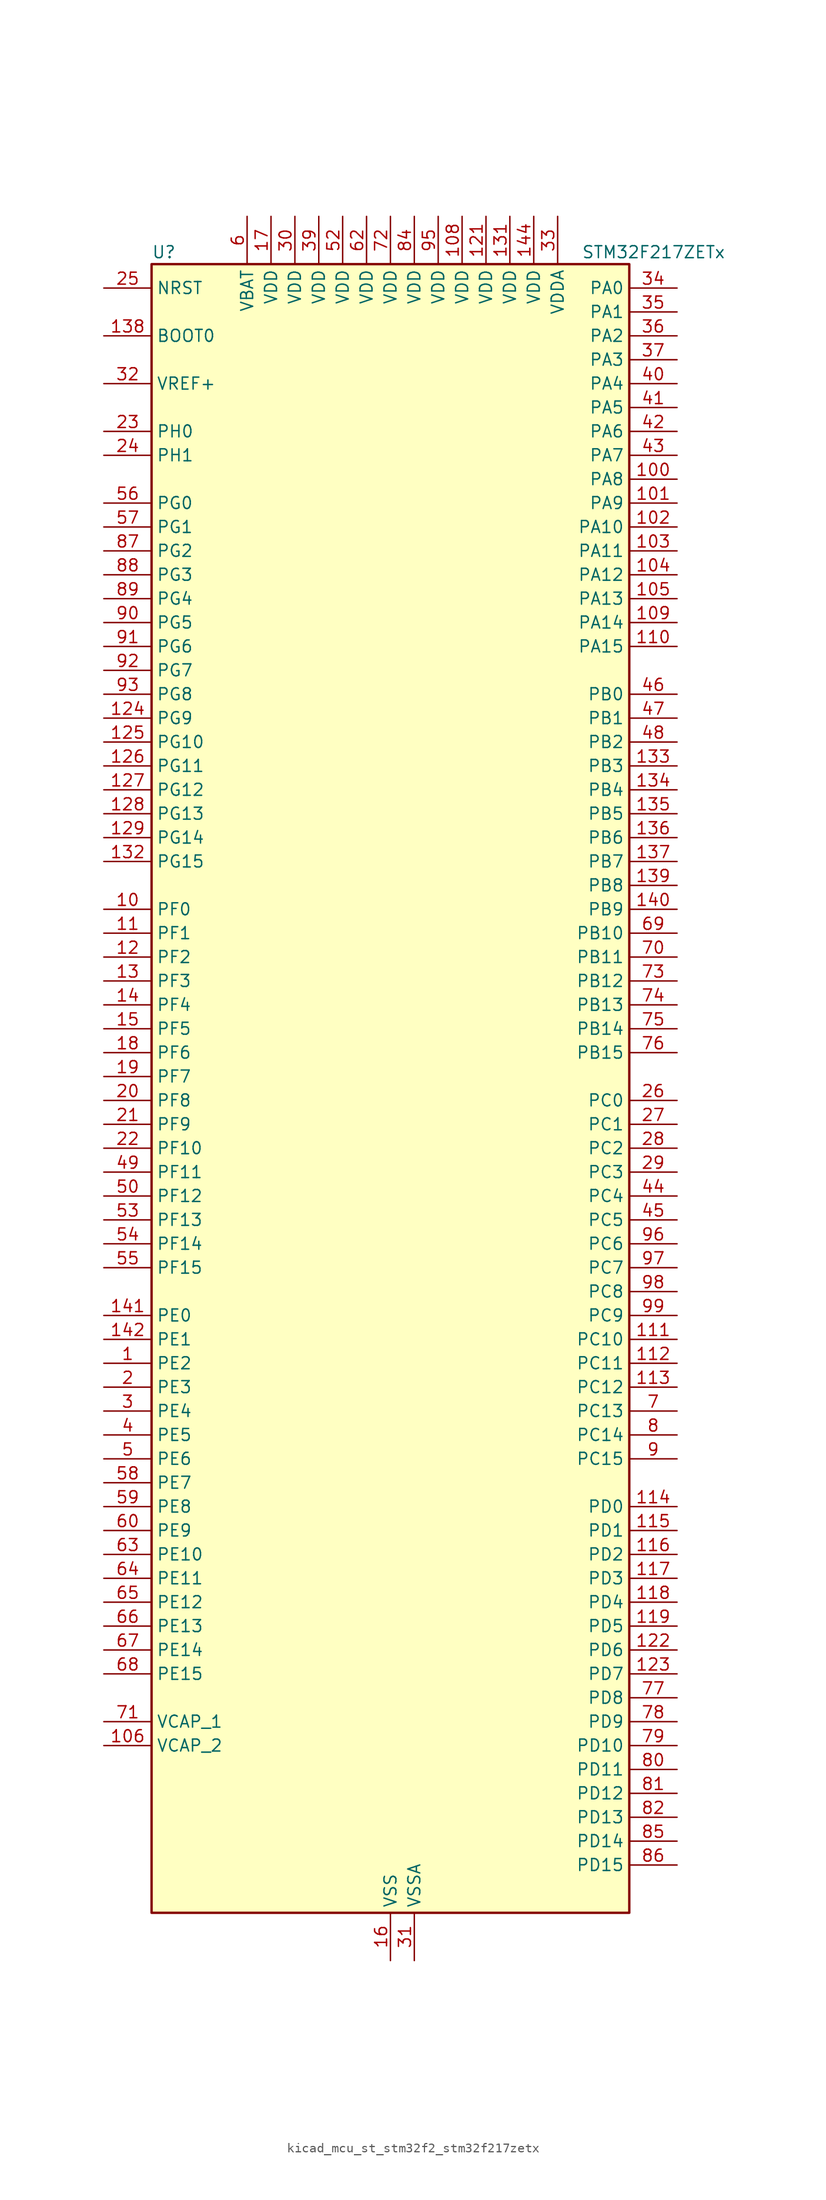
<source format=kicad_sym>
(kicad_symbol_lib
  (version 20220914)
  (generator kicad_symbol_editor)
  (symbol "kicad_mcu_st_stm32f2_stm32f217zetx"
    (property "Reference" "U"
      (at -25.4 90.17 0)
      (effects (font (size 1.27 1.27)) (justify left)))
    (property "Value" "STM32F217ZETx"
      (at 20.32 90.17 0)
      (effects (font (size 1.27 1.27)) (justify left)))
    (property "ki_locked" ""
      (at 0 0 0)
      (effects (font (size 1.27 1.27))))
    (symbol "kicad_mcu_st_stm32f2_stm32f217zetx_0_1"
      (rectangle (start -25.4 -86.36) (end 25.4 88.9) (stroke (width 0.254) (type default)) (fill (type background))))
    (symbol "kicad_mcu_st_stm32f2_stm32f217zetx_1_1"
      (pin bidirectional line (at -30.48 -27.94 0) (length 5.08) (name "PE2" (effects (font (size 1.27 1.27)))) (number "1" (effects (font (size 1.27 1.27)))) (alternate "ETH_TXD3" bidirectional line) (alternate "FSMC_A23" bidirectional line) (alternate "SYS_TRACECLK" bidirectional line))
      (pin bidirectional line (at -30.48 20.32 0) (length 5.08) (name "PF0" (effects (font (size 1.27 1.27)))) (number "10" (effects (font (size 1.27 1.27)))) (alternate "FSMC_A0" bidirectional line) (alternate "I2C2_SDA" bidirectional line))
      (pin bidirectional line (at 30.48 66.04 180) (length 5.08) (name "PA8" (effects (font (size 1.27 1.27)))) (number "100" (effects (font (size 1.27 1.27)))) (alternate "I2C3_SCL" bidirectional line) (alternate "RCC_MCO_1" bidirectional line) (alternate "TIM1_CH1" bidirectional line) (alternate "USART1_CK" bidirectional line) (alternate "USB_OTG_FS_SOF" bidirectional line))
      (pin bidirectional line (at 30.48 63.5 180) (length 5.08) (name "PA9" (effects (font (size 1.27 1.27)))) (number "101" (effects (font (size 1.27 1.27)))) (alternate "DAC_EXTI9" bidirectional line) (alternate "DCMI_D0" bidirectional line) (alternate "I2C3_SMBA" bidirectional line) (alternate "TIM1_CH2" bidirectional line) (alternate "USART1_TX" bidirectional line) (alternate "USB_OTG_FS_VBUS" bidirectional line))
      (pin bidirectional line (at 30.48 60.96 180) (length 5.08) (name "PA10" (effects (font (size 1.27 1.27)))) (number "102" (effects (font (size 1.27 1.27)))) (alternate "DCMI_D1" bidirectional line) (alternate "TIM1_CH3" bidirectional line) (alternate "USART1_RX" bidirectional line) (alternate "USB_OTG_FS_ID" bidirectional line))
      (pin bidirectional line (at 30.48 58.42 180) (length 5.08) (name "PA11" (effects (font (size 1.27 1.27)))) (number "103" (effects (font (size 1.27 1.27)))) (alternate "ADC1_EXTI11" bidirectional line) (alternate "ADC2_EXTI11" bidirectional line) (alternate "ADC3_EXTI11" bidirectional line) (alternate "CAN1_RX" bidirectional line) (alternate "TIM1_CH4" bidirectional line) (alternate "USART1_CTS" bidirectional line) (alternate "USB_OTG_FS_DM" bidirectional line))
      (pin bidirectional line (at 30.48 55.88 180) (length 5.08) (name "PA12" (effects (font (size 1.27 1.27)))) (number "104" (effects (font (size 1.27 1.27)))) (alternate "CAN1_TX" bidirectional line) (alternate "TIM1_ETR" bidirectional line) (alternate "USART1_RTS" bidirectional line) (alternate "USB_OTG_FS_DP" bidirectional line))
      (pin bidirectional line (at 30.48 53.34 180) (length 5.08) (name "PA13" (effects (font (size 1.27 1.27)))) (number "105" (effects (font (size 1.27 1.27)))) (alternate "SYS_JTMS-SWDIO" bidirectional line))
      (pin power_out line (at -30.48 -68.58 0) (length 5.08) (name "VCAP_2" (effects (font (size 1.27 1.27)))) (number "106" (effects (font (size 1.27 1.27)))))
      (pin passive line (at 0 -91.44 90) (length 5.08) hide (name "VSS" (effects (font (size 1.27 1.27)))) (number "107" (effects (font (size 1.27 1.27)))))
      (pin power_in line (at 7.62 93.98 270) (length 5.08) (name "VDD" (effects (font (size 1.27 1.27)))) (number "108" (effects (font (size 1.27 1.27)))))
      (pin bidirectional line (at 30.48 50.8 180) (length 5.08) (name "PA14" (effects (font (size 1.27 1.27)))) (number "109" (effects (font (size 1.27 1.27)))) (alternate "SYS_JTCK-SWCLK" bidirectional line))
      (pin bidirectional line (at -30.48 17.78 0) (length 5.08) (name "PF1" (effects (font (size 1.27 1.27)))) (number "11" (effects (font (size 1.27 1.27)))) (alternate "FSMC_A1" bidirectional line) (alternate "I2C2_SCL" bidirectional line))
      (pin bidirectional line (at 30.48 48.26 180) (length 5.08) (name "PA15" (effects (font (size 1.27 1.27)))) (number "110" (effects (font (size 1.27 1.27)))) (alternate "ADC1_EXTI15" bidirectional line) (alternate "ADC2_EXTI15" bidirectional line) (alternate "ADC3_EXTI15" bidirectional line) (alternate "I2S3_WS" bidirectional line) (alternate "SPI1_NSS" bidirectional line) (alternate "SPI3_NSS" bidirectional line) (alternate "SYS_JTDI" bidirectional line) (alternate "TIM2_CH1" bidirectional line) (alternate "TIM2_ETR" bidirectional line))
      (pin bidirectional line (at 30.48 -25.4 180) (length 5.08) (name "PC10" (effects (font (size 1.27 1.27)))) (number "111" (effects (font (size 1.27 1.27)))) (alternate "DCMI_D8" bidirectional line) (alternate "I2S3_SCK" bidirectional line) (alternate "SDIO_D2" bidirectional line) (alternate "SPI3_SCK" bidirectional line) (alternate "UART4_TX" bidirectional line) (alternate "USART3_TX" bidirectional line))
      (pin bidirectional line (at 30.48 -27.94 180) (length 5.08) (name "PC11" (effects (font (size 1.27 1.27)))) (number "112" (effects (font (size 1.27 1.27)))) (alternate "ADC1_EXTI11" bidirectional line) (alternate "ADC2_EXTI11" bidirectional line) (alternate "ADC3_EXTI11" bidirectional line) (alternate "DCMI_D4" bidirectional line) (alternate "SDIO_D3" bidirectional line) (alternate "SPI3_MISO" bidirectional line) (alternate "UART4_RX" bidirectional line) (alternate "USART3_RX" bidirectional line))
      (pin bidirectional line (at 30.48 -30.48 180) (length 5.08) (name "PC12" (effects (font (size 1.27 1.27)))) (number "113" (effects (font (size 1.27 1.27)))) (alternate "DCMI_D9" bidirectional line) (alternate "I2S3_SD" bidirectional line) (alternate "SDIO_CK" bidirectional line) (alternate "SPI3_MOSI" bidirectional line) (alternate "UART5_TX" bidirectional line) (alternate "USART3_CK" bidirectional line))
      (pin bidirectional line (at 30.48 -43.18 180) (length 5.08) (name "PD0" (effects (font (size 1.27 1.27)))) (number "114" (effects (font (size 1.27 1.27)))) (alternate "CAN1_RX" bidirectional line) (alternate "FSMC_D2" bidirectional line) (alternate "FSMC_DA2" bidirectional line))
      (pin bidirectional line (at 30.48 -45.72 180) (length 5.08) (name "PD1" (effects (font (size 1.27 1.27)))) (number "115" (effects (font (size 1.27 1.27)))) (alternate "CAN1_TX" bidirectional line) (alternate "FSMC_D3" bidirectional line) (alternate "FSMC_DA3" bidirectional line))
      (pin bidirectional line (at 30.48 -48.26 180) (length 5.08) (name "PD2" (effects (font (size 1.27 1.27)))) (number "116" (effects (font (size 1.27 1.27)))) (alternate "DCMI_D11" bidirectional line) (alternate "SDIO_CMD" bidirectional line) (alternate "TIM3_ETR" bidirectional line) (alternate "UART5_RX" bidirectional line))
      (pin bidirectional line (at 30.48 -50.8 180) (length 5.08) (name "PD3" (effects (font (size 1.27 1.27)))) (number "117" (effects (font (size 1.27 1.27)))) (alternate "FSMC_CLK" bidirectional line) (alternate "USART2_CTS" bidirectional line))
      (pin bidirectional line (at 30.48 -53.34 180) (length 5.08) (name "PD4" (effects (font (size 1.27 1.27)))) (number "118" (effects (font (size 1.27 1.27)))) (alternate "FSMC_NOE" bidirectional line) (alternate "USART2_RTS" bidirectional line))
      (pin bidirectional line (at 30.48 -55.88 180) (length 5.08) (name "PD5" (effects (font (size 1.27 1.27)))) (number "119" (effects (font (size 1.27 1.27)))) (alternate "FSMC_NWE" bidirectional line) (alternate "USART2_TX" bidirectional line))
      (pin bidirectional line (at -30.48 15.24 0) (length 5.08) (name "PF2" (effects (font (size 1.27 1.27)))) (number "12" (effects (font (size 1.27 1.27)))) (alternate "FSMC_A2" bidirectional line) (alternate "I2C2_SMBA" bidirectional line))
      (pin passive line (at 0 -91.44 90) (length 5.08) hide (name "VSS" (effects (font (size 1.27 1.27)))) (number "120" (effects (font (size 1.27 1.27)))))
      (pin power_in line (at 10.16 93.98 270) (length 5.08) (name "VDD" (effects (font (size 1.27 1.27)))) (number "121" (effects (font (size 1.27 1.27)))))
      (pin bidirectional line (at 30.48 -58.42 180) (length 5.08) (name "PD6" (effects (font (size 1.27 1.27)))) (number "122" (effects (font (size 1.27 1.27)))) (alternate "FSMC_NWAIT" bidirectional line) (alternate "USART2_RX" bidirectional line))
      (pin bidirectional line (at 30.48 -60.96 180) (length 5.08) (name "PD7" (effects (font (size 1.27 1.27)))) (number "123" (effects (font (size 1.27 1.27)))) (alternate "FSMC_NCE2" bidirectional line) (alternate "FSMC_NE1" bidirectional line) (alternate "USART2_CK" bidirectional line))
      (pin bidirectional line (at -30.48 40.64 0) (length 5.08) (name "PG9" (effects (font (size 1.27 1.27)))) (number "124" (effects (font (size 1.27 1.27)))) (alternate "DAC_EXTI9" bidirectional line) (alternate "FSMC_NCE3" bidirectional line) (alternate "FSMC_NE2" bidirectional line) (alternate "USART6_RX" bidirectional line))
      (pin bidirectional line (at -30.48 38.1 0) (length 5.08) (name "PG10" (effects (font (size 1.27 1.27)))) (number "125" (effects (font (size 1.27 1.27)))) (alternate "FSMC_NCE4_1" bidirectional line) (alternate "FSMC_NE3" bidirectional line))
      (pin bidirectional line (at -30.48 35.56 0) (length 5.08) (name "PG11" (effects (font (size 1.27 1.27)))) (number "126" (effects (font (size 1.27 1.27)))) (alternate "ADC1_EXTI11" bidirectional line) (alternate "ADC2_EXTI11" bidirectional line) (alternate "ADC3_EXTI11" bidirectional line) (alternate "ETH_TX_EN" bidirectional line) (alternate "FSMC_NCE4_2" bidirectional line))
      (pin bidirectional line (at -30.48 33.02 0) (length 5.08) (name "PG12" (effects (font (size 1.27 1.27)))) (number "127" (effects (font (size 1.27 1.27)))) (alternate "FSMC_NE4" bidirectional line) (alternate "USART6_RTS" bidirectional line))
      (pin bidirectional line (at -30.48 30.48 0) (length 5.08) (name "PG13" (effects (font (size 1.27 1.27)))) (number "128" (effects (font (size 1.27 1.27)))) (alternate "ETH_TXD0" bidirectional line) (alternate "FSMC_A24" bidirectional line) (alternate "USART6_CTS" bidirectional line))
      (pin bidirectional line (at -30.48 27.94 0) (length 5.08) (name "PG14" (effects (font (size 1.27 1.27)))) (number "129" (effects (font (size 1.27 1.27)))) (alternate "ETH_TXD1" bidirectional line) (alternate "FSMC_A25" bidirectional line) (alternate "USART6_TX" bidirectional line))
      (pin bidirectional line (at -30.48 12.7 0) (length 5.08) (name "PF3" (effects (font (size 1.27 1.27)))) (number "13" (effects (font (size 1.27 1.27)))) (alternate "ADC3_IN9" bidirectional line) (alternate "FSMC_A3" bidirectional line))
      (pin passive line (at 0 -91.44 90) (length 5.08) hide (name "VSS" (effects (font (size 1.27 1.27)))) (number "130" (effects (font (size 1.27 1.27)))))
      (pin power_in line (at 12.7 93.98 270) (length 5.08) (name "VDD" (effects (font (size 1.27 1.27)))) (number "131" (effects (font (size 1.27 1.27)))))
      (pin bidirectional line (at -30.48 25.4 0) (length 5.08) (name "PG15" (effects (font (size 1.27 1.27)))) (number "132" (effects (font (size 1.27 1.27)))) (alternate "ADC1_EXTI15" bidirectional line) (alternate "ADC2_EXTI15" bidirectional line) (alternate "ADC3_EXTI15" bidirectional line) (alternate "DCMI_D13" bidirectional line) (alternate "USART6_CTS" bidirectional line))
      (pin bidirectional line (at 30.48 35.56 180) (length 5.08) (name "PB3" (effects (font (size 1.27 1.27)))) (number "133" (effects (font (size 1.27 1.27)))) (alternate "I2S3_SCK" bidirectional line) (alternate "SPI1_SCK" bidirectional line) (alternate "SPI3_SCK" bidirectional line) (alternate "SYS_JTDO-SWO" bidirectional line) (alternate "TIM2_CH2" bidirectional line))
      (pin bidirectional line (at 30.48 33.02 180) (length 5.08) (name "PB4" (effects (font (size 1.27 1.27)))) (number "134" (effects (font (size 1.27 1.27)))) (alternate "SPI1_MISO" bidirectional line) (alternate "SPI3_MISO" bidirectional line) (alternate "SYS_JTRST" bidirectional line) (alternate "TIM3_CH1" bidirectional line))
      (pin bidirectional line (at 30.48 30.48 180) (length 5.08) (name "PB5" (effects (font (size 1.27 1.27)))) (number "135" (effects (font (size 1.27 1.27)))) (alternate "CAN2_RX" bidirectional line) (alternate "DCMI_D10" bidirectional line) (alternate "ETH_PPS_OUT" bidirectional line) (alternate "I2C1_SMBA" bidirectional line) (alternate "I2S3_SD" bidirectional line) (alternate "SPI1_MOSI" bidirectional line) (alternate "SPI3_MOSI" bidirectional line) (alternate "TIM3_CH2" bidirectional line) (alternate "USB_OTG_HS_ULPI_D7" bidirectional line))
      (pin bidirectional line (at 30.48 27.94 180) (length 5.08) (name "PB6" (effects (font (size 1.27 1.27)))) (number "136" (effects (font (size 1.27 1.27)))) (alternate "CAN2_TX" bidirectional line) (alternate "DCMI_D5" bidirectional line) (alternate "I2C1_SCL" bidirectional line) (alternate "TIM4_CH1" bidirectional line) (alternate "USART1_TX" bidirectional line))
      (pin bidirectional line (at 30.48 25.4 180) (length 5.08) (name "PB7" (effects (font (size 1.27 1.27)))) (number "137" (effects (font (size 1.27 1.27)))) (alternate "DCMI_VSYNC" bidirectional line) (alternate "FSMC_NL" bidirectional line) (alternate "I2C1_SDA" bidirectional line) (alternate "TIM4_CH2" bidirectional line) (alternate "USART1_RX" bidirectional line))
      (pin input line (at -30.48 81.28 0) (length 5.08) (name "BOOT0" (effects (font (size 1.27 1.27)))) (number "138" (effects (font (size 1.27 1.27)))))
      (pin bidirectional line (at 30.48 22.86 180) (length 5.08) (name "PB8" (effects (font (size 1.27 1.27)))) (number "139" (effects (font (size 1.27 1.27)))) (alternate "CAN1_RX" bidirectional line) (alternate "DCMI_D6" bidirectional line) (alternate "ETH_TXD3" bidirectional line) (alternate "I2C1_SCL" bidirectional line) (alternate "SDIO_D4" bidirectional line) (alternate "TIM10_CH1" bidirectional line) (alternate "TIM4_CH3" bidirectional line))
      (pin bidirectional line (at -30.48 10.16 0) (length 5.08) (name "PF4" (effects (font (size 1.27 1.27)))) (number "14" (effects (font (size 1.27 1.27)))) (alternate "ADC3_IN14" bidirectional line) (alternate "FSMC_A4" bidirectional line))
      (pin bidirectional line (at 30.48 20.32 180) (length 5.08) (name "PB9" (effects (font (size 1.27 1.27)))) (number "140" (effects (font (size 1.27 1.27)))) (alternate "CAN1_TX" bidirectional line) (alternate "DAC_EXTI9" bidirectional line) (alternate "DCMI_D7" bidirectional line) (alternate "I2C1_SDA" bidirectional line) (alternate "I2S2_WS" bidirectional line) (alternate "SDIO_D5" bidirectional line) (alternate "SPI2_NSS" bidirectional line) (alternate "TIM11_CH1" bidirectional line) (alternate "TIM4_CH4" bidirectional line))
      (pin bidirectional line (at -30.48 -22.86 0) (length 5.08) (name "PE0" (effects (font (size 1.27 1.27)))) (number "141" (effects (font (size 1.27 1.27)))) (alternate "DCMI_D2" bidirectional line) (alternate "FSMC_NBL0" bidirectional line) (alternate "TIM4_ETR" bidirectional line))
      (pin bidirectional line (at -30.48 -25.4 0) (length 5.08) (name "PE1" (effects (font (size 1.27 1.27)))) (number "142" (effects (font (size 1.27 1.27)))) (alternate "DCMI_D3" bidirectional line) (alternate "FSMC_NBL1" bidirectional line))
      (pin no_connect line (at -25.4 -86.36 0) (length 5.08) hide (name "RFU" (effects (font (size 1.27 1.27)))) (number "143" (effects (font (size 1.27 1.27)))))
      (pin power_in line (at 15.24 93.98 270) (length 5.08) (name "VDD" (effects (font (size 1.27 1.27)))) (number "144" (effects (font (size 1.27 1.27)))))
      (pin bidirectional line (at -30.48 7.62 0) (length 5.08) (name "PF5" (effects (font (size 1.27 1.27)))) (number "15" (effects (font (size 1.27 1.27)))) (alternate "ADC3_IN15" bidirectional line) (alternate "FSMC_A5" bidirectional line))
      (pin power_in line (at 0 -91.44 90) (length 5.08) (name "VSS" (effects (font (size 1.27 1.27)))) (number "16" (effects (font (size 1.27 1.27)))))
      (pin power_in line (at -12.7 93.98 270) (length 5.08) (name "VDD" (effects (font (size 1.27 1.27)))) (number "17" (effects (font (size 1.27 1.27)))))
      (pin bidirectional line (at -30.48 5.08 0) (length 5.08) (name "PF6" (effects (font (size 1.27 1.27)))) (number "18" (effects (font (size 1.27 1.27)))) (alternate "ADC3_IN4" bidirectional line) (alternate "FSMC_NIORD" bidirectional line) (alternate "TIM10_CH1" bidirectional line))
      (pin bidirectional line (at -30.48 2.54 0) (length 5.08) (name "PF7" (effects (font (size 1.27 1.27)))) (number "19" (effects (font (size 1.27 1.27)))) (alternate "ADC3_IN5" bidirectional line) (alternate "FSMC_NREG" bidirectional line) (alternate "TIM11_CH1" bidirectional line))
      (pin bidirectional line (at -30.48 -30.48 0) (length 5.08) (name "PE3" (effects (font (size 1.27 1.27)))) (number "2" (effects (font (size 1.27 1.27)))) (alternate "FSMC_A19" bidirectional line) (alternate "SYS_TRACED0" bidirectional line))
      (pin bidirectional line (at -30.48 0 0) (length 5.08) (name "PF8" (effects (font (size 1.27 1.27)))) (number "20" (effects (font (size 1.27 1.27)))) (alternate "ADC3_IN6" bidirectional line) (alternate "FSMC_NIOWR" bidirectional line) (alternate "TIM13_CH1" bidirectional line))
      (pin bidirectional line (at -30.48 -2.54 0) (length 5.08) (name "PF9" (effects (font (size 1.27 1.27)))) (number "21" (effects (font (size 1.27 1.27)))) (alternate "ADC3_IN7" bidirectional line) (alternate "DAC_EXTI9" bidirectional line) (alternate "FSMC_CD" bidirectional line) (alternate "TIM14_CH1" bidirectional line))
      (pin bidirectional line (at -30.48 -5.08 0) (length 5.08) (name "PF10" (effects (font (size 1.27 1.27)))) (number "22" (effects (font (size 1.27 1.27)))) (alternate "ADC3_IN8" bidirectional line) (alternate "FSMC_INTR" bidirectional line))
      (pin bidirectional line (at -30.48 71.12 0) (length 5.08) (name "PH0" (effects (font (size 1.27 1.27)))) (number "23" (effects (font (size 1.27 1.27)))) (alternate "RCC_OSC_IN" bidirectional line))
      (pin bidirectional line (at -30.48 68.58 0) (length 5.08) (name "PH1" (effects (font (size 1.27 1.27)))) (number "24" (effects (font (size 1.27 1.27)))) (alternate "RCC_OSC_OUT" bidirectional line))
      (pin input line (at -30.48 86.36 0) (length 5.08) (name "NRST" (effects (font (size 1.27 1.27)))) (number "25" (effects (font (size 1.27 1.27)))))
      (pin bidirectional line (at 30.48 0 180) (length 5.08) (name "PC0" (effects (font (size 1.27 1.27)))) (number "26" (effects (font (size 1.27 1.27)))) (alternate "ADC1_IN10" bidirectional line) (alternate "ADC2_IN10" bidirectional line) (alternate "ADC3_IN10" bidirectional line) (alternate "USB_OTG_HS_ULPI_STP" bidirectional line))
      (pin bidirectional line (at 30.48 -2.54 180) (length 5.08) (name "PC1" (effects (font (size 1.27 1.27)))) (number "27" (effects (font (size 1.27 1.27)))) (alternate "ADC1_IN11" bidirectional line) (alternate "ADC2_IN11" bidirectional line) (alternate "ADC3_IN11" bidirectional line) (alternate "ETH_MDC" bidirectional line))
      (pin bidirectional line (at 30.48 -5.08 180) (length 5.08) (name "PC2" (effects (font (size 1.27 1.27)))) (number "28" (effects (font (size 1.27 1.27)))) (alternate "ADC1_IN12" bidirectional line) (alternate "ADC2_IN12" bidirectional line) (alternate "ADC3_IN12" bidirectional line) (alternate "ETH_TXD2" bidirectional line) (alternate "SPI2_MISO" bidirectional line) (alternate "USB_OTG_HS_ULPI_DIR" bidirectional line))
      (pin bidirectional line (at 30.48 -7.62 180) (length 5.08) (name "PC3" (effects (font (size 1.27 1.27)))) (number "29" (effects (font (size 1.27 1.27)))) (alternate "ADC1_IN13" bidirectional line) (alternate "ADC2_IN13" bidirectional line) (alternate "ADC3_IN13" bidirectional line) (alternate "ETH_TX_CLK" bidirectional line) (alternate "I2S2_SD" bidirectional line) (alternate "SPI2_MOSI" bidirectional line) (alternate "USB_OTG_HS_ULPI_NXT" bidirectional line))
      (pin bidirectional line (at -30.48 -33.02 0) (length 5.08) (name "PE4" (effects (font (size 1.27 1.27)))) (number "3" (effects (font (size 1.27 1.27)))) (alternate "DCMI_D4" bidirectional line) (alternate "FSMC_A20" bidirectional line) (alternate "SYS_TRACED1" bidirectional line))
      (pin power_in line (at -10.16 93.98 270) (length 5.08) (name "VDD" (effects (font (size 1.27 1.27)))) (number "30" (effects (font (size 1.27 1.27)))))
      (pin power_in line (at 2.54 -91.44 90) (length 5.08) (name "VSSA" (effects (font (size 1.27 1.27)))) (number "31" (effects (font (size 1.27 1.27)))))
      (pin input line (at -30.48 76.2 0) (length 5.08) (name "VREF+" (effects (font (size 1.27 1.27)))) (number "32" (effects (font (size 1.27 1.27)))))
      (pin power_in line (at 17.78 93.98 270) (length 5.08) (name "VDDA" (effects (font (size 1.27 1.27)))) (number "33" (effects (font (size 1.27 1.27)))))
      (pin bidirectional line (at 30.48 86.36 180) (length 5.08) (name "PA0" (effects (font (size 1.27 1.27)))) (number "34" (effects (font (size 1.27 1.27)))) (alternate "ADC1_IN0" bidirectional line) (alternate "ADC2_IN0" bidirectional line) (alternate "ADC3_IN0" bidirectional line) (alternate "ETH_CRS" bidirectional line) (alternate "SYS_WKUP" bidirectional line) (alternate "TIM2_CH1" bidirectional line) (alternate "TIM2_ETR" bidirectional line) (alternate "TIM5_CH1" bidirectional line) (alternate "TIM8_ETR" bidirectional line) (alternate "UART4_TX" bidirectional line) (alternate "USART2_CTS" bidirectional line))
      (pin bidirectional line (at 30.48 83.82 180) (length 5.08) (name "PA1" (effects (font (size 1.27 1.27)))) (number "35" (effects (font (size 1.27 1.27)))) (alternate "ADC1_IN1" bidirectional line) (alternate "ADC2_IN1" bidirectional line) (alternate "ADC3_IN1" bidirectional line) (alternate "ETH_REF_CLK" bidirectional line) (alternate "ETH_RX_CLK" bidirectional line) (alternate "TIM2_CH2" bidirectional line) (alternate "TIM5_CH2" bidirectional line) (alternate "UART4_RX" bidirectional line) (alternate "USART2_RTS" bidirectional line))
      (pin bidirectional line (at 30.48 81.28 180) (length 5.08) (name "PA2" (effects (font (size 1.27 1.27)))) (number "36" (effects (font (size 1.27 1.27)))) (alternate "ADC1_IN2" bidirectional line) (alternate "ADC2_IN2" bidirectional line) (alternate "ADC3_IN2" bidirectional line) (alternate "ETH_MDIO" bidirectional line) (alternate "TIM2_CH3" bidirectional line) (alternate "TIM5_CH3" bidirectional line) (alternate "TIM9_CH1" bidirectional line) (alternate "USART2_TX" bidirectional line))
      (pin bidirectional line (at 30.48 78.74 180) (length 5.08) (name "PA3" (effects (font (size 1.27 1.27)))) (number "37" (effects (font (size 1.27 1.27)))) (alternate "ADC1_IN3" bidirectional line) (alternate "ADC2_IN3" bidirectional line) (alternate "ADC3_IN3" bidirectional line) (alternate "ETH_COL" bidirectional line) (alternate "TIM2_CH4" bidirectional line) (alternate "TIM5_CH4" bidirectional line) (alternate "TIM9_CH2" bidirectional line) (alternate "USART2_RX" bidirectional line) (alternate "USB_OTG_HS_ULPI_D0" bidirectional line))
      (pin passive line (at 0 -91.44 90) (length 5.08) hide (name "VSS" (effects (font (size 1.27 1.27)))) (number "38" (effects (font (size 1.27 1.27)))))
      (pin power_in line (at -7.62 93.98 270) (length 5.08) (name "VDD" (effects (font (size 1.27 1.27)))) (number "39" (effects (font (size 1.27 1.27)))))
      (pin bidirectional line (at -30.48 -35.56 0) (length 5.08) (name "PE5" (effects (font (size 1.27 1.27)))) (number "4" (effects (font (size 1.27 1.27)))) (alternate "DCMI_D6" bidirectional line) (alternate "FSMC_A21" bidirectional line) (alternate "SYS_TRACED2" bidirectional line) (alternate "TIM9_CH1" bidirectional line))
      (pin bidirectional line (at 30.48 76.2 180) (length 5.08) (name "PA4" (effects (font (size 1.27 1.27)))) (number "40" (effects (font (size 1.27 1.27)))) (alternate "ADC1_IN4" bidirectional line) (alternate "ADC2_IN4" bidirectional line) (alternate "DAC_OUT1" bidirectional line) (alternate "DCMI_HSYNC" bidirectional line) (alternate "I2S3_WS" bidirectional line) (alternate "SPI1_NSS" bidirectional line) (alternate "SPI3_NSS" bidirectional line) (alternate "USART2_CK" bidirectional line) (alternate "USB_OTG_HS_SOF" bidirectional line))
      (pin bidirectional line (at 30.48 73.66 180) (length 5.08) (name "PA5" (effects (font (size 1.27 1.27)))) (number "41" (effects (font (size 1.27 1.27)))) (alternate "ADC1_IN5" bidirectional line) (alternate "ADC2_IN5" bidirectional line) (alternate "DAC_OUT2" bidirectional line) (alternate "SPI1_SCK" bidirectional line) (alternate "TIM2_CH1" bidirectional line) (alternate "TIM2_ETR" bidirectional line) (alternate "TIM8_CH1N" bidirectional line) (alternate "USB_OTG_HS_ULPI_CK" bidirectional line))
      (pin bidirectional line (at 30.48 71.12 180) (length 5.08) (name "PA6" (effects (font (size 1.27 1.27)))) (number "42" (effects (font (size 1.27 1.27)))) (alternate "ADC1_IN6" bidirectional line) (alternate "ADC2_IN6" bidirectional line) (alternate "DCMI_PIXCLK" bidirectional line) (alternate "SPI1_MISO" bidirectional line) (alternate "TIM13_CH1" bidirectional line) (alternate "TIM1_BKIN" bidirectional line) (alternate "TIM3_CH1" bidirectional line) (alternate "TIM8_BKIN" bidirectional line))
      (pin bidirectional line (at 30.48 68.58 180) (length 5.08) (name "PA7" (effects (font (size 1.27 1.27)))) (number "43" (effects (font (size 1.27 1.27)))) (alternate "ADC1_IN7" bidirectional line) (alternate "ADC2_IN7" bidirectional line) (alternate "ETH_CRS_DV" bidirectional line) (alternate "ETH_RX_DV" bidirectional line) (alternate "SPI1_MOSI" bidirectional line) (alternate "TIM14_CH1" bidirectional line) (alternate "TIM1_CH1N" bidirectional line) (alternate "TIM3_CH2" bidirectional line) (alternate "TIM8_CH1N" bidirectional line))
      (pin bidirectional line (at 30.48 -10.16 180) (length 5.08) (name "PC4" (effects (font (size 1.27 1.27)))) (number "44" (effects (font (size 1.27 1.27)))) (alternate "ADC1_IN14" bidirectional line) (alternate "ADC2_IN14" bidirectional line) (alternate "ETH_RXD0" bidirectional line))
      (pin bidirectional line (at 30.48 -12.7 180) (length 5.08) (name "PC5" (effects (font (size 1.27 1.27)))) (number "45" (effects (font (size 1.27 1.27)))) (alternate "ADC1_IN15" bidirectional line) (alternate "ADC2_IN15" bidirectional line) (alternate "ETH_RXD1" bidirectional line))
      (pin bidirectional line (at 30.48 43.18 180) (length 5.08) (name "PB0" (effects (font (size 1.27 1.27)))) (number "46" (effects (font (size 1.27 1.27)))) (alternate "ADC1_IN8" bidirectional line) (alternate "ADC2_IN8" bidirectional line) (alternate "ETH_RXD2" bidirectional line) (alternate "TIM1_CH2N" bidirectional line) (alternate "TIM3_CH3" bidirectional line) (alternate "TIM8_CH2N" bidirectional line) (alternate "USB_OTG_HS_ULPI_D1" bidirectional line))
      (pin bidirectional line (at 30.48 40.64 180) (length 5.08) (name "PB1" (effects (font (size 1.27 1.27)))) (number "47" (effects (font (size 1.27 1.27)))) (alternate "ADC1_IN9" bidirectional line) (alternate "ADC2_IN9" bidirectional line) (alternate "ETH_RXD3" bidirectional line) (alternate "TIM1_CH3N" bidirectional line) (alternate "TIM3_CH4" bidirectional line) (alternate "TIM8_CH3N" bidirectional line) (alternate "USB_OTG_HS_ULPI_D2" bidirectional line))
      (pin bidirectional line (at 30.48 38.1 180) (length 5.08) (name "PB2" (effects (font (size 1.27 1.27)))) (number "48" (effects (font (size 1.27 1.27)))))
      (pin bidirectional line (at -30.48 -7.62 0) (length 5.08) (name "PF11" (effects (font (size 1.27 1.27)))) (number "49" (effects (font (size 1.27 1.27)))) (alternate "ADC1_EXTI11" bidirectional line) (alternate "ADC2_EXTI11" bidirectional line) (alternate "ADC3_EXTI11" bidirectional line) (alternate "DCMI_D12" bidirectional line))
      (pin bidirectional line (at -30.48 -38.1 0) (length 5.08) (name "PE6" (effects (font (size 1.27 1.27)))) (number "5" (effects (font (size 1.27 1.27)))) (alternate "DCMI_D7" bidirectional line) (alternate "FSMC_A22" bidirectional line) (alternate "SYS_TRACED3" bidirectional line) (alternate "TIM9_CH2" bidirectional line))
      (pin bidirectional line (at -30.48 -10.16 0) (length 5.08) (name "PF12" (effects (font (size 1.27 1.27)))) (number "50" (effects (font (size 1.27 1.27)))) (alternate "FSMC_A6" bidirectional line))
      (pin passive line (at 0 -91.44 90) (length 5.08) hide (name "VSS" (effects (font (size 1.27 1.27)))) (number "51" (effects (font (size 1.27 1.27)))))
      (pin power_in line (at -5.08 93.98 270) (length 5.08) (name "VDD" (effects (font (size 1.27 1.27)))) (number "52" (effects (font (size 1.27 1.27)))))
      (pin bidirectional line (at -30.48 -12.7 0) (length 5.08) (name "PF13" (effects (font (size 1.27 1.27)))) (number "53" (effects (font (size 1.27 1.27)))) (alternate "FSMC_A7" bidirectional line))
      (pin bidirectional line (at -30.48 -15.24 0) (length 5.08) (name "PF14" (effects (font (size 1.27 1.27)))) (number "54" (effects (font (size 1.27 1.27)))) (alternate "FSMC_A8" bidirectional line))
      (pin bidirectional line (at -30.48 -17.78 0) (length 5.08) (name "PF15" (effects (font (size 1.27 1.27)))) (number "55" (effects (font (size 1.27 1.27)))) (alternate "ADC1_EXTI15" bidirectional line) (alternate "ADC2_EXTI15" bidirectional line) (alternate "ADC3_EXTI15" bidirectional line) (alternate "FSMC_A9" bidirectional line))
      (pin bidirectional line (at -30.48 63.5 0) (length 5.08) (name "PG0" (effects (font (size 1.27 1.27)))) (number "56" (effects (font (size 1.27 1.27)))) (alternate "FSMC_A10" bidirectional line))
      (pin bidirectional line (at -30.48 60.96 0) (length 5.08) (name "PG1" (effects (font (size 1.27 1.27)))) (number "57" (effects (font (size 1.27 1.27)))) (alternate "FSMC_A11" bidirectional line))
      (pin bidirectional line (at -30.48 -40.64 0) (length 5.08) (name "PE7" (effects (font (size 1.27 1.27)))) (number "58" (effects (font (size 1.27 1.27)))) (alternate "FSMC_D4" bidirectional line) (alternate "FSMC_DA4" bidirectional line) (alternate "TIM1_ETR" bidirectional line))
      (pin bidirectional line (at -30.48 -43.18 0) (length 5.08) (name "PE8" (effects (font (size 1.27 1.27)))) (number "59" (effects (font (size 1.27 1.27)))) (alternate "FSMC_D5" bidirectional line) (alternate "FSMC_DA5" bidirectional line) (alternate "TIM1_CH1N" bidirectional line))
      (pin power_in line (at -15.24 93.98 270) (length 5.08) (name "VBAT" (effects (font (size 1.27 1.27)))) (number "6" (effects (font (size 1.27 1.27)))))
      (pin bidirectional line (at -30.48 -45.72 0) (length 5.08) (name "PE9" (effects (font (size 1.27 1.27)))) (number "60" (effects (font (size 1.27 1.27)))) (alternate "DAC_EXTI9" bidirectional line) (alternate "FSMC_D6" bidirectional line) (alternate "FSMC_DA6" bidirectional line) (alternate "TIM1_CH1" bidirectional line))
      (pin passive line (at 0 -91.44 90) (length 5.08) hide (name "VSS" (effects (font (size 1.27 1.27)))) (number "61" (effects (font (size 1.27 1.27)))))
      (pin power_in line (at -2.54 93.98 270) (length 5.08) (name "VDD" (effects (font (size 1.27 1.27)))) (number "62" (effects (font (size 1.27 1.27)))))
      (pin bidirectional line (at -30.48 -48.26 0) (length 5.08) (name "PE10" (effects (font (size 1.27 1.27)))) (number "63" (effects (font (size 1.27 1.27)))) (alternate "FSMC_D7" bidirectional line) (alternate "FSMC_DA7" bidirectional line) (alternate "TIM1_CH2N" bidirectional line))
      (pin bidirectional line (at -30.48 -50.8 0) (length 5.08) (name "PE11" (effects (font (size 1.27 1.27)))) (number "64" (effects (font (size 1.27 1.27)))) (alternate "ADC1_EXTI11" bidirectional line) (alternate "ADC2_EXTI11" bidirectional line) (alternate "ADC3_EXTI11" bidirectional line) (alternate "FSMC_D8" bidirectional line) (alternate "FSMC_DA8" bidirectional line) (alternate "TIM1_CH2" bidirectional line))
      (pin bidirectional line (at -30.48 -53.34 0) (length 5.08) (name "PE12" (effects (font (size 1.27 1.27)))) (number "65" (effects (font (size 1.27 1.27)))) (alternate "FSMC_D9" bidirectional line) (alternate "FSMC_DA9" bidirectional line) (alternate "TIM1_CH3N" bidirectional line))
      (pin bidirectional line (at -30.48 -55.88 0) (length 5.08) (name "PE13" (effects (font (size 1.27 1.27)))) (number "66" (effects (font (size 1.27 1.27)))) (alternate "FSMC_D10" bidirectional line) (alternate "FSMC_DA10" bidirectional line) (alternate "TIM1_CH3" bidirectional line))
      (pin bidirectional line (at -30.48 -58.42 0) (length 5.08) (name "PE14" (effects (font (size 1.27 1.27)))) (number "67" (effects (font (size 1.27 1.27)))) (alternate "FSMC_D11" bidirectional line) (alternate "FSMC_DA11" bidirectional line) (alternate "TIM1_CH4" bidirectional line))
      (pin bidirectional line (at -30.48 -60.96 0) (length 5.08) (name "PE15" (effects (font (size 1.27 1.27)))) (number "68" (effects (font (size 1.27 1.27)))) (alternate "ADC1_EXTI15" bidirectional line) (alternate "ADC2_EXTI15" bidirectional line) (alternate "ADC3_EXTI15" bidirectional line) (alternate "FSMC_D12" bidirectional line) (alternate "FSMC_DA12" bidirectional line) (alternate "TIM1_BKIN" bidirectional line))
      (pin bidirectional line (at 30.48 17.78 180) (length 5.08) (name "PB10" (effects (font (size 1.27 1.27)))) (number "69" (effects (font (size 1.27 1.27)))) (alternate "ETH_RX_ER" bidirectional line) (alternate "I2C2_SCL" bidirectional line) (alternate "I2S2_SCK" bidirectional line) (alternate "SPI2_SCK" bidirectional line) (alternate "TIM2_CH3" bidirectional line) (alternate "USART3_TX" bidirectional line) (alternate "USB_OTG_HS_ULPI_D3" bidirectional line))
      (pin bidirectional line (at 30.48 -33.02 180) (length 5.08) (name "PC13" (effects (font (size 1.27 1.27)))) (number "7" (effects (font (size 1.27 1.27)))) (alternate "RTC_AF1" bidirectional line))
      (pin bidirectional line (at 30.48 15.24 180) (length 5.08) (name "PB11" (effects (font (size 1.27 1.27)))) (number "70" (effects (font (size 1.27 1.27)))) (alternate "ADC1_EXTI11" bidirectional line) (alternate "ADC2_EXTI11" bidirectional line) (alternate "ADC3_EXTI11" bidirectional line) (alternate "ETH_TX_EN" bidirectional line) (alternate "I2C2_SDA" bidirectional line) (alternate "TIM2_CH4" bidirectional line) (alternate "USART3_RX" bidirectional line) (alternate "USB_OTG_HS_ULPI_D4" bidirectional line))
      (pin power_out line (at -30.48 -66.04 0) (length 5.08) (name "VCAP_1" (effects (font (size 1.27 1.27)))) (number "71" (effects (font (size 1.27 1.27)))))
      (pin power_in line (at 0 93.98 270) (length 5.08) (name "VDD" (effects (font (size 1.27 1.27)))) (number "72" (effects (font (size 1.27 1.27)))))
      (pin bidirectional line (at 30.48 12.7 180) (length 5.08) (name "PB12" (effects (font (size 1.27 1.27)))) (number "73" (effects (font (size 1.27 1.27)))) (alternate "CAN2_RX" bidirectional line) (alternate "ETH_TXD0" bidirectional line) (alternate "I2C2_SMBA" bidirectional line) (alternate "I2S2_WS" bidirectional line) (alternate "SPI2_NSS" bidirectional line) (alternate "TIM1_BKIN" bidirectional line) (alternate "USART3_CK" bidirectional line) (alternate "USB_OTG_HS_ID" bidirectional line) (alternate "USB_OTG_HS_ULPI_D5" bidirectional line))
      (pin bidirectional line (at 30.48 10.16 180) (length 5.08) (name "PB13" (effects (font (size 1.27 1.27)))) (number "74" (effects (font (size 1.27 1.27)))) (alternate "CAN2_TX" bidirectional line) (alternate "ETH_TXD1" bidirectional line) (alternate "I2S2_SCK" bidirectional line) (alternate "SPI2_SCK" bidirectional line) (alternate "TIM1_CH1N" bidirectional line) (alternate "USART3_CTS" bidirectional line) (alternate "USB_OTG_HS_ULPI_D6" bidirectional line) (alternate "USB_OTG_HS_VBUS" bidirectional line))
      (pin bidirectional line (at 30.48 7.62 180) (length 5.08) (name "PB14" (effects (font (size 1.27 1.27)))) (number "75" (effects (font (size 1.27 1.27)))) (alternate "SPI2_MISO" bidirectional line) (alternate "TIM12_CH1" bidirectional line) (alternate "TIM1_CH2N" bidirectional line) (alternate "TIM8_CH2N" bidirectional line) (alternate "USART3_RTS" bidirectional line) (alternate "USB_OTG_HS_DM" bidirectional line))
      (pin bidirectional line (at 30.48 5.08 180) (length 5.08) (name "PB15" (effects (font (size 1.27 1.27)))) (number "76" (effects (font (size 1.27 1.27)))) (alternate "ADC1_EXTI15" bidirectional line) (alternate "ADC2_EXTI15" bidirectional line) (alternate "ADC3_EXTI15" bidirectional line) (alternate "I2S2_SD" bidirectional line) (alternate "RTC_REFIN" bidirectional line) (alternate "SPI2_MOSI" bidirectional line) (alternate "TIM12_CH2" bidirectional line) (alternate "TIM1_CH3N" bidirectional line) (alternate "TIM8_CH3N" bidirectional line) (alternate "USB_OTG_HS_DP" bidirectional line))
      (pin bidirectional line (at 30.48 -63.5 180) (length 5.08) (name "PD8" (effects (font (size 1.27 1.27)))) (number "77" (effects (font (size 1.27 1.27)))) (alternate "FSMC_D13" bidirectional line) (alternate "FSMC_DA13" bidirectional line) (alternate "USART3_TX" bidirectional line))
      (pin bidirectional line (at 30.48 -66.04 180) (length 5.08) (name "PD9" (effects (font (size 1.27 1.27)))) (number "78" (effects (font (size 1.27 1.27)))) (alternate "DAC_EXTI9" bidirectional line) (alternate "FSMC_D14" bidirectional line) (alternate "FSMC_DA14" bidirectional line) (alternate "USART3_RX" bidirectional line))
      (pin bidirectional line (at 30.48 -68.58 180) (length 5.08) (name "PD10" (effects (font (size 1.27 1.27)))) (number "79" (effects (font (size 1.27 1.27)))) (alternate "FSMC_D15" bidirectional line) (alternate "FSMC_DA15" bidirectional line) (alternate "USART3_CK" bidirectional line))
      (pin bidirectional line (at 30.48 -35.56 180) (length 5.08) (name "PC14" (effects (font (size 1.27 1.27)))) (number "8" (effects (font (size 1.27 1.27)))) (alternate "RCC_OSC32_IN" bidirectional line))
      (pin bidirectional line (at 30.48 -71.12 180) (length 5.08) (name "PD11" (effects (font (size 1.27 1.27)))) (number "80" (effects (font (size 1.27 1.27)))) (alternate "ADC1_EXTI11" bidirectional line) (alternate "ADC2_EXTI11" bidirectional line) (alternate "ADC3_EXTI11" bidirectional line) (alternate "FSMC_A16" bidirectional line) (alternate "FSMC_CLE" bidirectional line) (alternate "USART3_CTS" bidirectional line))
      (pin bidirectional line (at 30.48 -73.66 180) (length 5.08) (name "PD12" (effects (font (size 1.27 1.27)))) (number "81" (effects (font (size 1.27 1.27)))) (alternate "FSMC_A17" bidirectional line) (alternate "FSMC_ALE" bidirectional line) (alternate "TIM4_CH1" bidirectional line) (alternate "USART3_RTS" bidirectional line))
      (pin bidirectional line (at 30.48 -76.2 180) (length 5.08) (name "PD13" (effects (font (size 1.27 1.27)))) (number "82" (effects (font (size 1.27 1.27)))) (alternate "FSMC_A18" bidirectional line) (alternate "TIM4_CH2" bidirectional line))
      (pin passive line (at 0 -91.44 90) (length 5.08) hide (name "VSS" (effects (font (size 1.27 1.27)))) (number "83" (effects (font (size 1.27 1.27)))))
      (pin power_in line (at 2.54 93.98 270) (length 5.08) (name "VDD" (effects (font (size 1.27 1.27)))) (number "84" (effects (font (size 1.27 1.27)))))
      (pin bidirectional line (at 30.48 -78.74 180) (length 5.08) (name "PD14" (effects (font (size 1.27 1.27)))) (number "85" (effects (font (size 1.27 1.27)))) (alternate "FSMC_D0" bidirectional line) (alternate "FSMC_DA0" bidirectional line) (alternate "TIM4_CH3" bidirectional line))
      (pin bidirectional line (at 30.48 -81.28 180) (length 5.08) (name "PD15" (effects (font (size 1.27 1.27)))) (number "86" (effects (font (size 1.27 1.27)))) (alternate "ADC1_EXTI15" bidirectional line) (alternate "ADC2_EXTI15" bidirectional line) (alternate "ADC3_EXTI15" bidirectional line) (alternate "FSMC_D1" bidirectional line) (alternate "FSMC_DA1" bidirectional line) (alternate "TIM4_CH4" bidirectional line))
      (pin bidirectional line (at -30.48 58.42 0) (length 5.08) (name "PG2" (effects (font (size 1.27 1.27)))) (number "87" (effects (font (size 1.27 1.27)))) (alternate "FSMC_A12" bidirectional line))
      (pin bidirectional line (at -30.48 55.88 0) (length 5.08) (name "PG3" (effects (font (size 1.27 1.27)))) (number "88" (effects (font (size 1.27 1.27)))) (alternate "FSMC_A13" bidirectional line))
      (pin bidirectional line (at -30.48 53.34 0) (length 5.08) (name "PG4" (effects (font (size 1.27 1.27)))) (number "89" (effects (font (size 1.27 1.27)))) (alternate "FSMC_A14" bidirectional line))
      (pin bidirectional line (at 30.48 -38.1 180) (length 5.08) (name "PC15" (effects (font (size 1.27 1.27)))) (number "9" (effects (font (size 1.27 1.27)))) (alternate "ADC1_EXTI15" bidirectional line) (alternate "ADC2_EXTI15" bidirectional line) (alternate "ADC3_EXTI15" bidirectional line) (alternate "RCC_OSC32_OUT" bidirectional line))
      (pin bidirectional line (at -30.48 50.8 0) (length 5.08) (name "PG5" (effects (font (size 1.27 1.27)))) (number "90" (effects (font (size 1.27 1.27)))) (alternate "FSMC_A15" bidirectional line))
      (pin bidirectional line (at -30.48 48.26 0) (length 5.08) (name "PG6" (effects (font (size 1.27 1.27)))) (number "91" (effects (font (size 1.27 1.27)))) (alternate "FSMC_INT2" bidirectional line))
      (pin bidirectional line (at -30.48 45.72 0) (length 5.08) (name "PG7" (effects (font (size 1.27 1.27)))) (number "92" (effects (font (size 1.27 1.27)))) (alternate "FSMC_INT3" bidirectional line) (alternate "USART6_CK" bidirectional line))
      (pin bidirectional line (at -30.48 43.18 0) (length 5.08) (name "PG8" (effects (font (size 1.27 1.27)))) (number "93" (effects (font (size 1.27 1.27)))) (alternate "ETH_PPS_OUT" bidirectional line) (alternate "USART6_RTS" bidirectional line))
      (pin passive line (at 0 -91.44 90) (length 5.08) hide (name "VSS" (effects (font (size 1.27 1.27)))) (number "94" (effects (font (size 1.27 1.27)))))
      (pin power_in line (at 5.08 93.98 270) (length 5.08) (name "VDD" (effects (font (size 1.27 1.27)))) (number "95" (effects (font (size 1.27 1.27)))))
      (pin bidirectional line (at 30.48 -15.24 180) (length 5.08) (name "PC6" (effects (font (size 1.27 1.27)))) (number "96" (effects (font (size 1.27 1.27)))) (alternate "DCMI_D0" bidirectional line) (alternate "I2S2_MCK" bidirectional line) (alternate "SDIO_D6" bidirectional line) (alternate "TIM3_CH1" bidirectional line) (alternate "TIM8_CH1" bidirectional line) (alternate "USART6_TX" bidirectional line))
      (pin bidirectional line (at 30.48 -17.78 180) (length 5.08) (name "PC7" (effects (font (size 1.27 1.27)))) (number "97" (effects (font (size 1.27 1.27)))) (alternate "DCMI_D1" bidirectional line) (alternate "I2S3_MCK" bidirectional line) (alternate "SDIO_D7" bidirectional line) (alternate "TIM3_CH2" bidirectional line) (alternate "TIM8_CH2" bidirectional line) (alternate "USART6_RX" bidirectional line))
      (pin bidirectional line (at 30.48 -20.32 180) (length 5.08) (name "PC8" (effects (font (size 1.27 1.27)))) (number "98" (effects (font (size 1.27 1.27)))) (alternate "DCMI_D2" bidirectional line) (alternate "SDIO_D0" bidirectional line) (alternate "TIM3_CH3" bidirectional line) (alternate "TIM8_CH3" bidirectional line) (alternate "USART6_CK" bidirectional line))
      (pin bidirectional line (at 30.48 -22.86 180) (length 5.08) (name "PC9" (effects (font (size 1.27 1.27)))) (number "99" (effects (font (size 1.27 1.27)))) (alternate "DAC_EXTI9" bidirectional line) (alternate "DCMI_D3" bidirectional line) (alternate "I2C3_SDA" bidirectional line) (alternate "I2S_CKIN" bidirectional line) (alternate "RCC_MCO_2" bidirectional line) (alternate "SDIO_D1" bidirectional line) (alternate "TIM3_CH4" bidirectional line) (alternate "TIM8_CH4" bidirectional line)))))
</source>
